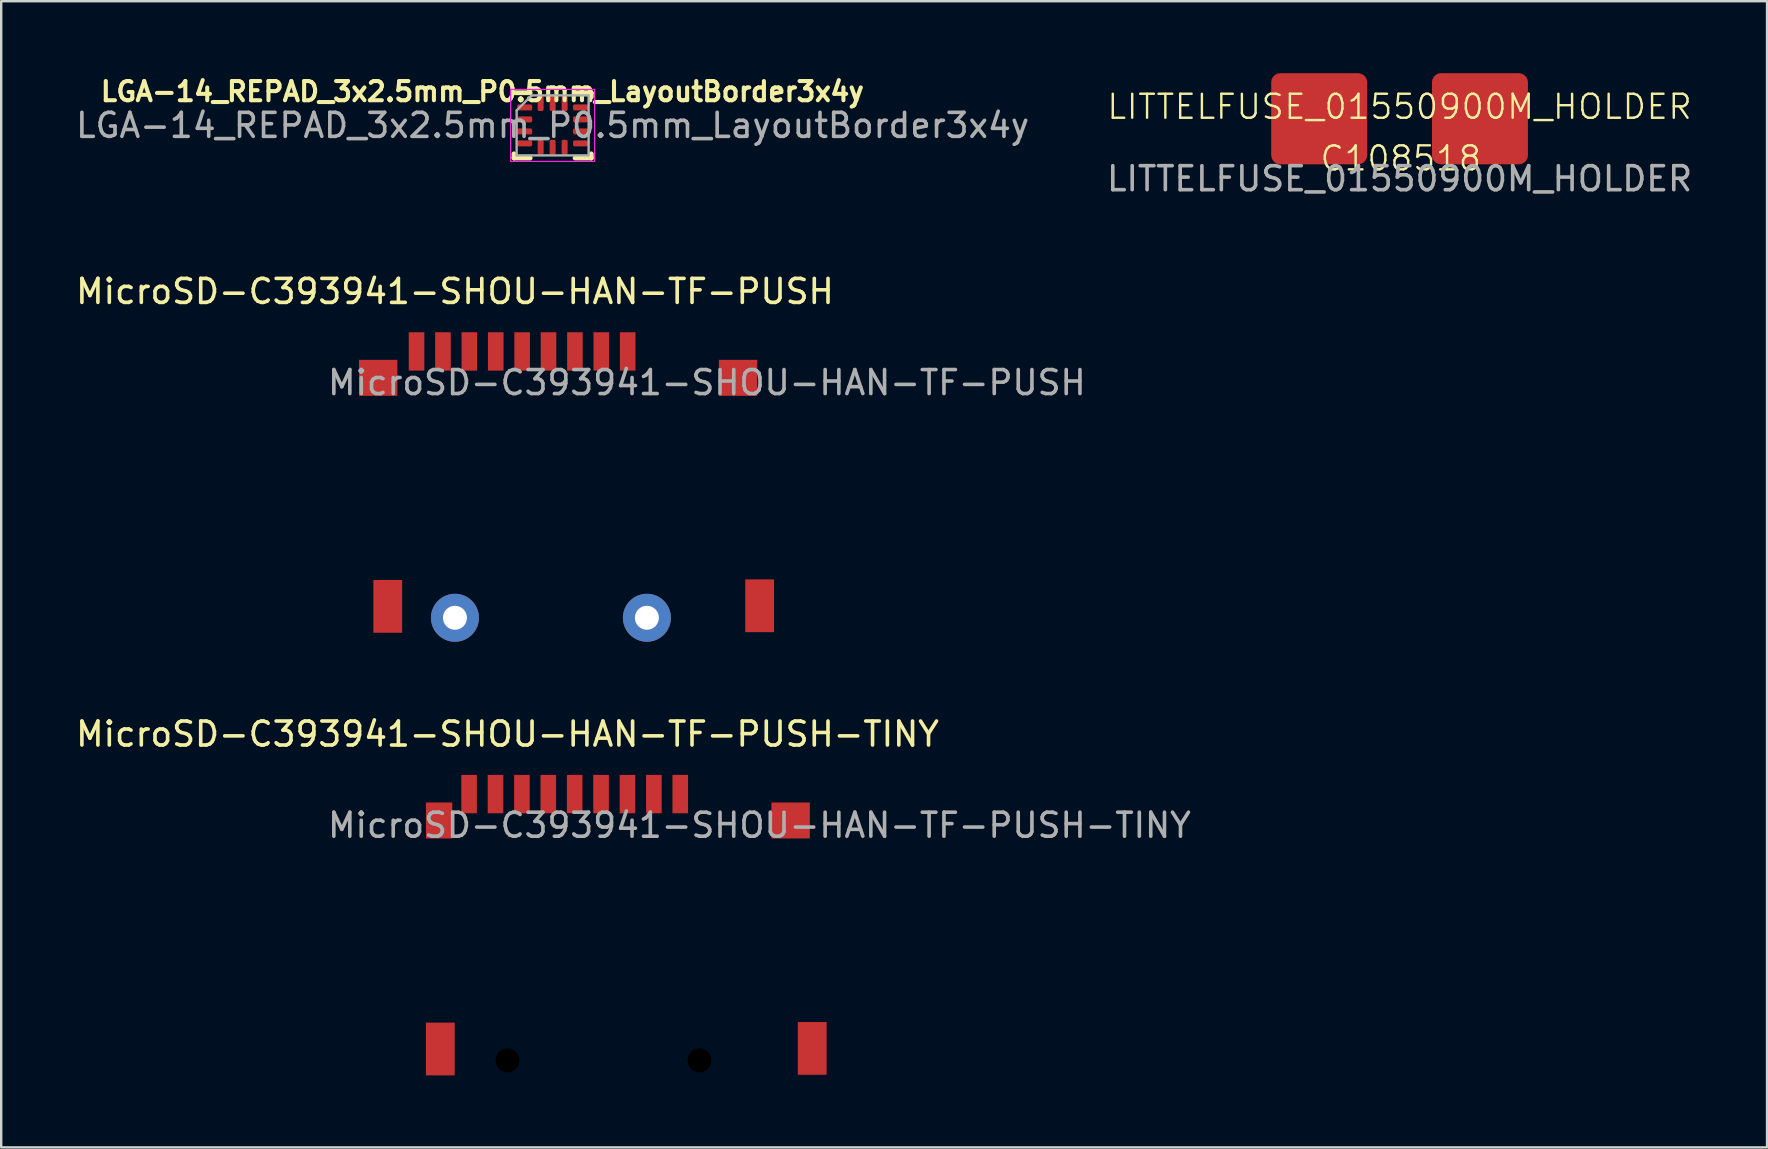
<source format=kicad_pcb>
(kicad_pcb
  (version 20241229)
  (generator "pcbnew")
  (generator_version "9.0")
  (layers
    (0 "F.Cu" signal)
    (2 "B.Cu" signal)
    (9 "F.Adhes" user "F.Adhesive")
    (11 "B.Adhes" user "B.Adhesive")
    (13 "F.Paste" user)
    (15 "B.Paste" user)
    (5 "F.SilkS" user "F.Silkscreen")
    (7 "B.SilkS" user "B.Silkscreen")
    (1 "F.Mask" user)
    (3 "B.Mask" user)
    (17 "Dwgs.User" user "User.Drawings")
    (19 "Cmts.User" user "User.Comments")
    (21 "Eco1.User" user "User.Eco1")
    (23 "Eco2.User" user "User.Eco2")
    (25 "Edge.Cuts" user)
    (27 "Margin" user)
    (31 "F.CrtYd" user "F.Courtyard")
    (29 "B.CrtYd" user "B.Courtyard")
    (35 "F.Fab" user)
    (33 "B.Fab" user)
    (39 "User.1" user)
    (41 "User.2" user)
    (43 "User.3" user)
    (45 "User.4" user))
  (footprint "MicroSD-C393941-SHOU-HAN-TF-PUSH-TINY"
    (layer "F.Cu")
    (at 18.101 41.145)
    (property "Reference" "MicroSD-C393941-SHOU-HAN-TF-PUSH-TINY" (at 0 -13.6 0) (layer "F.SilkS") (effects (font (size 1 1) (thickness 0.15))))
    (attr smd)
    (fp_text user "${REFERENCE}" (at 10.5 -9.8 0) (layer "F.Fab") (effects (font (size 1 1) (thickness 0.15))))
    (pad "" np_thru_hole oval (at 0 0) (size 1 1) (drill 1) (layers "*.Mask"))
    (pad "" np_thru_hole oval (at 8 0) (size 1 1) (drill 1) (layers "*.Mask"))
    (pad "1" smd rect (at 7.2 -11.1) (size 0.65 1.6) (layers "F.Cu" "F.Mask" "F.Paste"))
    (pad "2" smd rect (at 6.1 -11.1) (size 0.65 1.6) (layers "F.Cu" "F.Mask" "F.Paste"))
    (pad "3" smd rect (at 5 -11.1) (size 0.65 1.6) (layers "F.Cu" "F.Mask" "F.Paste"))
    (pad "4" smd rect (at 3.9 -11.1) (size 0.65 1.6) (layers "F.Cu" "F.Mask" "F.Paste"))
    (pad "5" smd rect (at 2.8 -11.1) (size 0.65 1.6) (layers "F.Cu" "F.Mask" "F.Paste"))
    (pad "6" smd rect (at 1.7 -11.1) (size 0.65 1.6) (layers "F.Cu" "F.Mask" "F.Paste"))
    (pad "7" smd rect (at 0.6 -11.1) (size 0.65 1.6) (layers "F.Cu" "F.Mask" "F.Paste"))
    (pad "8" smd rect (at -0.5 -11.1) (size 0.65 1.6) (layers "F.Cu" "F.Mask" "F.Paste"))
    (pad "9" smd rect (at -1.6 -11.1) (size 0.65 1.6) (layers "F.Cu" "F.Mask" "F.Paste"))
    (pad "10" smd rect (at -2.85 -10) (size 1.1 1.5) (layers "F.Cu" "F.Mask" "F.Paste"))
    (pad "10" smd rect (at -2.8 -0.475) (size 1.2 2.2) (layers "F.Cu" "F.Mask" "F.Paste"))
    (pad "10" smd rect (at 11.8 -10) (size 1.6 1.5) (layers "F.Cu" "F.Mask" "F.Paste"))
    (pad "10" smd rect (at 12.7 -0.5 90) (size 2.2 1.2) (layers "F.Cu" "F.Mask" "F.Paste")))
  (footprint "LITTELFUSE_01550900M_HOLDER"
    (layer "F.Cu")
    (at 55.28 1.9)
    (property "Reference" "LITTELFUSE_01550900M_HOLDER" (at 0 -0.5 0) (unlocked yes) (layer "F.SilkS") (effects (font (size 1 1) (thickness 0.1))))
    (property "LCSC" "C108518" (at 0.05 1.65 0) (layer "F.SilkS") (effects (font (size 1 1) (thickness 0.1))))
    (attr smd)
    (fp_text user "${REFERENCE}" (at 0 2.5 0) (unlocked yes) (layer "F.Fab") (effects (font (size 1 1) (thickness 0.15))))
    (pad "1" smd roundrect (at -3.35 0 180) (size 4 3.8) (layers "F.Cu" "F.Mask" "F.Paste") (roundrect_rratio 0.1))
    (pad "2" smd roundrect (at 3.35 0 180) (size 4 3.8) (layers "F.Cu" "F.Mask" "F.Paste") (roundrect_rratio 0.1)))
  (footprint "MicroSD-C393941-SHOU-HAN-TF-PUSH"
    (layer "F.Cu")
    (at 15.911 22.697)
    (property "Reference" "MicroSD-C393941-SHOU-HAN-TF-PUSH" (at 0 -13.6 0) (layer "F.SilkS") (effects (font (size 1 1) (thickness 0.15))))
    (attr smd)
    (fp_text user "${REFERENCE}" (at 10.5 -9.8 0) (layer "F.Fab") (effects (font (size 1 1) (thickness 0.15))))
    (pad "" np_thru_hole oval (at 0 0) (size 2 2) (drill 1) (layers "*.Cu" "*.Mask"))
    (pad "" np_thru_hole oval (at 8 0) (size 2 2) (drill 1) (layers "*.Cu" "*.Mask"))
    (pad "1" smd rect (at 7.2 -11.1) (size 0.65 1.6) (layers "F.Cu" "F.Mask" "F.Paste"))
    (pad "2" smd rect (at 6.1 -11.1) (size 0.65 1.6) (layers "F.Cu" "F.Mask" "F.Paste"))
    (pad "3" smd rect (at 5 -11.1) (size 0.65 1.6) (layers "F.Cu" "F.Mask" "F.Paste"))
    (pad "4" smd rect (at 3.9 -11.1) (size 0.65 1.6) (layers "F.Cu" "F.Mask" "F.Paste"))
    (pad "5" smd rect (at 2.8 -11.1) (size 0.65 1.6) (layers "F.Cu" "F.Mask" "F.Paste"))
    (pad "6" smd rect (at 1.7 -11.1) (size 0.65 1.6) (layers "F.Cu" "F.Mask" "F.Paste"))
    (pad "7" smd rect (at 0.6 -11.1) (size 0.65 1.6) (layers "F.Cu" "F.Mask" "F.Paste"))
    (pad "8" smd rect (at -0.5 -11.1) (size 0.65 1.6) (layers "F.Cu" "F.Mask" "F.Paste"))
    (pad "9" smd rect (at -1.6 -11.1) (size 0.65 1.6) (layers "F.Cu" "F.Mask" "F.Paste"))
    (pad "10" smd rect (at -3.2 -10) (size 1.6 1.5) (layers "F.Cu" "F.Mask" "F.Paste"))
    (pad "10" smd rect (at -2.8 -0.475) (size 1.2 2.2) (layers "F.Cu" "F.Mask" "F.Paste"))
    (pad "10" smd rect (at 11.8 -10) (size 1.6 1.5) (layers "F.Cu" "F.Mask" "F.Paste"))
    (pad "12" smd rect (at 12.7 -0.5 90) (size 2.2 1.2) (layers "F.Cu" "F.Mask" "F.Paste")))
  (footprint "LGA-14_REPAD_3x2.5mm_P0.5mm_LayoutBorder3x4y"
    (layer "F.Cu")
    (at 19.982 2.176)
    (property "Reference" "LGA-14_REPAD_3x2.5mm_P0.5mm_LayoutBorder3x4y" (at -2.928 -1.41 0) (unlocked yes) (layer "F.SilkS") (effects (font (size 0.8 0.8) (thickness 0.17))))
    (attr smd)
    (fp_line (start -1.61 1.36) (end -1.61 1.185) (stroke (width 0.2) (type solid)) (layer "F.SilkS"))
    (fp_line (start -0.935 -1.36) (end -1.61 -1.36) (stroke (width 0.2) (type solid)) (layer "F.SilkS"))
    (fp_line (start -0.935 1.36) (end -1.61 1.36) (stroke (width 0.2) (type solid)) (layer "F.SilkS"))
    (fp_line (start 0.935 -1.36) (end 1.61 -1.36) (stroke (width 0.2) (type solid)) (layer "F.SilkS"))
    (fp_line (start 0.935 1.36) (end 1.61 1.36) (stroke (width 0.2) (type solid)) (layer "F.SilkS"))
    (fp_line (start 1.61 -1.36) (end 1.61 -1.185) (stroke (width 0.2) (type solid)) (layer "F.SilkS"))
    (fp_line (start 1.61 1.36) (end 1.61 1.185) (stroke (width 0.2) (type solid)) (layer "F.SilkS"))
    (fp_line (start -1.75 -1.5) (end -1.75 1.5) (stroke (width 0.05) (type solid)) (layer "F.CrtYd"))
    (fp_line (start -1.75 1.5) (end 1.75 1.5) (stroke (width 0.05) (type solid)) (layer "F.CrtYd"))
    (fp_line (start 1.75 -1.5) (end -1.75 -1.5) (stroke (width 0.05) (type solid)) (layer "F.CrtYd"))
    (fp_line (start 1.75 1.5) (end 1.75 -1.5) (stroke (width 0.05) (type solid)) (layer "F.CrtYd"))
    (fp_line (start -1.5 -0.625) (end -0.875 -1.25) (stroke (width 0.1) (type solid)) (layer "F.Fab"))
    (fp_line (start -1.5 1.25) (end -1.5 -0.625) (stroke (width 0.1) (type solid)) (layer "F.Fab"))
    (fp_line (start -0.875 -1.25) (end 1.5 -1.25) (stroke (width 0.1) (type solid)) (layer "F.Fab"))
    (fp_line (start 1.5 -1.25) (end 1.5 1.25) (stroke (width 0.1) (type solid)) (layer "F.Fab"))
    (fp_line (start 1.5 1.25) (end -1.5 1.25) (stroke (width 0.1) (type solid)) (layer "F.Fab"))
    (fp_text user "${REFERENCE}" (at 0 0 0) (unlocked yes) (layer "F.Fab") (effects (font (size 1 1) (thickness 0.15))))
    (pad "1" smd roundrect (at -1.163 -0.75) (size 0.625 0.25) (layers "F.Cu" "F.Mask" "F.Paste") (roundrect_rratio 0.27))
    (pad "2" smd roundrect (at -1.163 -0.25) (size 0.625 0.25) (layers "F.Cu" "F.Mask" "F.Paste") (roundrect_rratio 0.27))
    (pad "3" smd roundrect (at -1.163 0.25) (size 0.625 0.25) (layers "F.Cu" "F.Mask" "F.Paste") (roundrect_rratio 0.27))
    (pad "4" smd roundrect (at -1.163 0.75) (size 0.625 0.25) (layers "F.Cu" "F.Mask" "F.Paste") (roundrect_rratio 0.27))
    (pad "5" smd roundrect (at -0.5 0.912) (size 0.25 0.625) (layers "F.Cu" "F.Mask" "F.Paste") (roundrect_rratio 0.27))
    (pad "6" smd roundrect (at 0 0.912) (size 0.25 0.625) (layers "F.Cu" "F.Mask" "F.Paste") (roundrect_rratio 0.27))
    (pad "7" smd roundrect (at 0.5 0.912) (size 0.25 0.625) (layers "F.Cu" "F.Mask" "F.Paste") (roundrect_rratio 0.27))
    (pad "8" smd roundrect (at 1.163 0.75) (size 0.625 0.25) (layers "F.Cu" "F.Mask" "F.Paste") (roundrect_rratio 0.27))
    (pad "9" smd roundrect (at 1.163 0.25) (size 0.625 0.25) (layers "F.Cu" "F.Mask" "F.Paste") (roundrect_rratio 0.27))
    (pad "10" smd roundrect (at 1.163 -0.25) (size 0.625 0.25) (layers "F.Cu" "F.Mask" "F.Paste") (roundrect_rratio 0.27))
    (pad "11" smd roundrect (at 1.163 -0.75) (size 0.625 0.25) (layers "F.Cu" "F.Mask" "F.Paste") (roundrect_rratio 0.27))
    (pad "12" smd roundrect (at 0.5 -0.912) (size 0.25 0.625) (layers "F.Cu" "F.Mask" "F.Paste") (roundrect_rratio 0.27))
    (pad "13" smd roundrect (at 0 -0.912) (size 0.25 0.625) (layers "F.Cu" "F.Mask" "F.Paste") (roundrect_rratio 0.27))
    (pad "14" smd roundrect (at -0.5 -0.912) (size 0.25 0.625) (layers "F.Cu" "F.Mask" "F.Paste") (roundrect_rratio 0.27)))
  (gr_rect
    (start -3 -3)
    (end 70.595 44.77)
    (stroke (width 0.1) (type default))
    (fill no)
    (layer "Edge.Cuts")))
</source>
